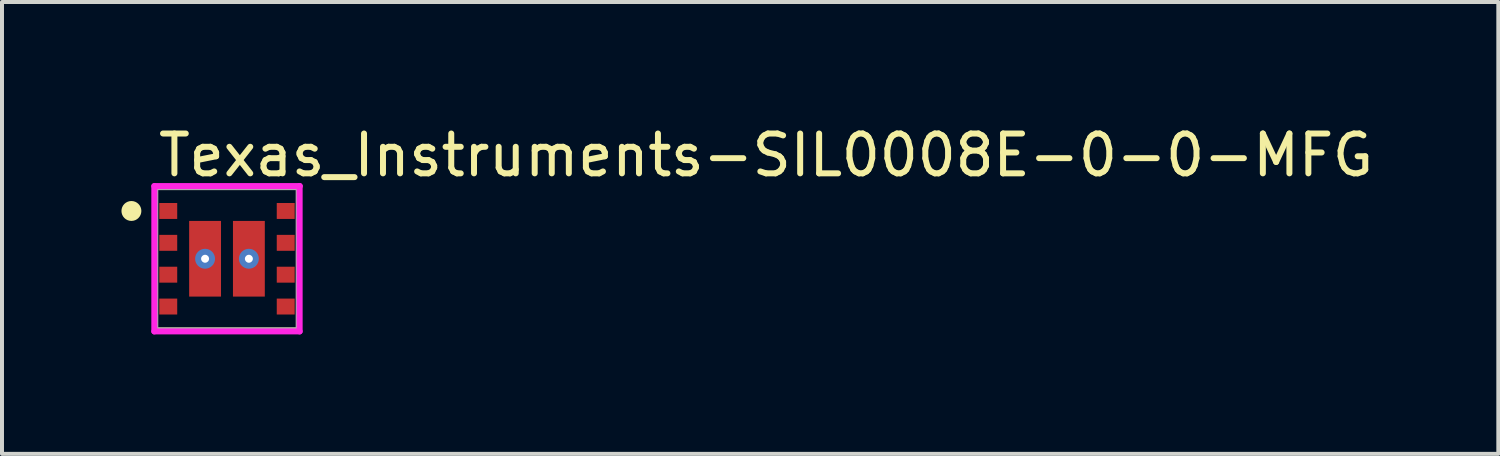
<source format=kicad_pcb>
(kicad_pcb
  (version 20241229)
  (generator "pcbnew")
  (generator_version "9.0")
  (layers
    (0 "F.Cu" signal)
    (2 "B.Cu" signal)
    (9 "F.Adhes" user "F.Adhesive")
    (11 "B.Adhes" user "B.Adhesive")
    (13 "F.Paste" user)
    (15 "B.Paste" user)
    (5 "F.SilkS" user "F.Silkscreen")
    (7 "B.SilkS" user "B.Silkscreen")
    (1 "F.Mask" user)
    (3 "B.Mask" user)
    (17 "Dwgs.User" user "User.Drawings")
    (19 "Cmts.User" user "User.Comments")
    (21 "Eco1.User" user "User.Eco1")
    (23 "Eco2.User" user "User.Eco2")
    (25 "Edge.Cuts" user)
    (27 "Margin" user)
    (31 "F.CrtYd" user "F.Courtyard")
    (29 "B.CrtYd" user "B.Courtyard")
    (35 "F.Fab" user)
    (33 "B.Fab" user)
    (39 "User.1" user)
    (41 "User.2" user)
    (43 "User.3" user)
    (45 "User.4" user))
  (footprint "Texas_Instruments-SIL0008E-0-0-MFG"
    (layer "F.Cu")
    (at 2.65 3.448)
    (property "Reference" "Texas_Instruments-SIL0008E-0-0-MFG" (at -1.8 -2.6 0) (layer "F.SilkS") (effects (font (size 1 1) (thickness 0.15)) (justify left)))
    (attr smd)
    (fp_line (start -1.8 -1.8) (end 1.8 -1.8) (stroke (width 0.15) (type solid)) (layer "F.SilkS"))
    (fp_line (start -1.8 -1.775) (end -1.8 -1.8) (stroke (width 0.15) (type solid)) (layer "F.SilkS"))
    (fp_line (start -1.8 1.8) (end -1.8 1.775) (stroke (width 0.15) (type solid)) (layer "F.SilkS"))
    (fp_line (start -1.8 1.8) (end 1.8 1.8) (stroke (width 0.15) (type solid)) (layer "F.SilkS"))
    (fp_line (start 1.8 -1.775) (end 1.8 -1.8) (stroke (width 0.15) (type solid)) (layer "F.SilkS"))
    (fp_line (start 1.8 1.8) (end 1.8 1.775) (stroke (width 0.15) (type solid)) (layer "F.SilkS"))
    (fp_circle (center -2.4 -1.2) (end -2.275 -1.2) (stroke (width 0.25) (type solid)) (fill no) (layer "F.SilkS"))
    (fp_line (start -1.825 -1.825) (end -1.825 1.825) (stroke (width 0.15) (type solid)) (layer "F.CrtYd"))
    (fp_line (start -1.825 1.825) (end 1.825 1.825) (stroke (width 0.15) (type solid)) (layer "F.CrtYd"))
    (fp_line (start 1.825 -1.825) (end -1.825 -1.825) (stroke (width 0.15) (type solid)) (layer "F.CrtYd"))
    (fp_line (start 1.825 -1.825) (end 1.825 -1.825) (stroke (width 0.15) (type solid)) (layer "F.CrtYd"))
    (fp_line (start 1.825 1.825) (end 1.825 -1.825) (stroke (width 0.15) (type solid)) (layer "F.CrtYd"))
    (fp_line (start -1.8 -1.8) (end 1.8 -1.8) (stroke (width 0.15) (type solid)) (layer "F.Fab"))
    (fp_line (start -1.8 1.8) (end -1.8 -1.8) (stroke (width 0.15) (type solid)) (layer "F.Fab"))
    (fp_line (start 1.8 -1.8) (end 1.8 1.8) (stroke (width 0.15) (type solid)) (layer "F.Fab"))
    (fp_line (start 1.8 1.8) (end -1.8 1.8) (stroke (width 0.15) (type solid)) (layer "F.Fab"))
    (pad "" smd rect (at -0.55 -0.525) (size 0.76 0.85) (layers "F.Paste"))
    (pad "" smd rect (at -0.55 0.525) (size 0.76 0.85) (layers "F.Paste"))
    (pad "" smd rect (at 0.55 -0.525) (size 0.76 0.85) (layers "F.Paste"))
    (pad "" smd rect (at 0.55 0.525) (size 0.76 0.85) (layers "F.Paste"))
    (pad "1" smd rect (at -1.475 -1.2) (size 0.45 0.4) (layers "F.Cu" "F.Mask" "F.Paste"))
    (pad "2" smd rect (at -1.475 -0.4) (size 0.45 0.4) (layers "F.Cu" "F.Mask" "F.Paste"))
    (pad "3" smd rect (at -1.475 0.4) (size 0.45 0.4) (layers "F.Cu" "F.Mask" "F.Paste"))
    (pad "4" smd rect (at -1.475 1.2) (size 0.45 0.4) (layers "F.Cu" "F.Mask" "F.Paste"))
    (pad "5" smd rect (at 1.475 1.2) (size 0.45 0.4) (layers "F.Cu" "F.Mask" "F.Paste"))
    (pad "6" smd rect (at 1.475 0.4) (size 0.45 0.4) (layers "F.Cu" "F.Mask" "F.Paste"))
    (pad "7" smd rect (at 1.475 -0.4) (size 0.45 0.4) (layers "F.Cu" "F.Mask" "F.Paste"))
    (pad "8" smd rect (at 1.475 -1.2) (size 0.45 0.4) (layers "F.Cu" "F.Mask" "F.Paste"))
    (pad "9" thru_hole circle (at -0.55 0) (size 0.5 0.5) (drill 0.2) (layers "*.Cu"))
    (pad "9" smd rect (at -0.55 0) (size 0.8 1.9) (layers "F.Cu" "F.Mask"))
    (pad "10" thru_hole circle (at 0.55 0) (size 0.5 0.5) (drill 0.2) (layers "*.Cu"))
    (pad "10" smd rect (at 0.55 0) (size 0.8 1.9) (layers "F.Cu" "F.Mask")))
  (gr_rect
    (start -3 -3)
    (end 34.576 8.348)
    (stroke (width 0.1) (type default))
    (fill no)
    (layer "Edge.Cuts")))
</source>
